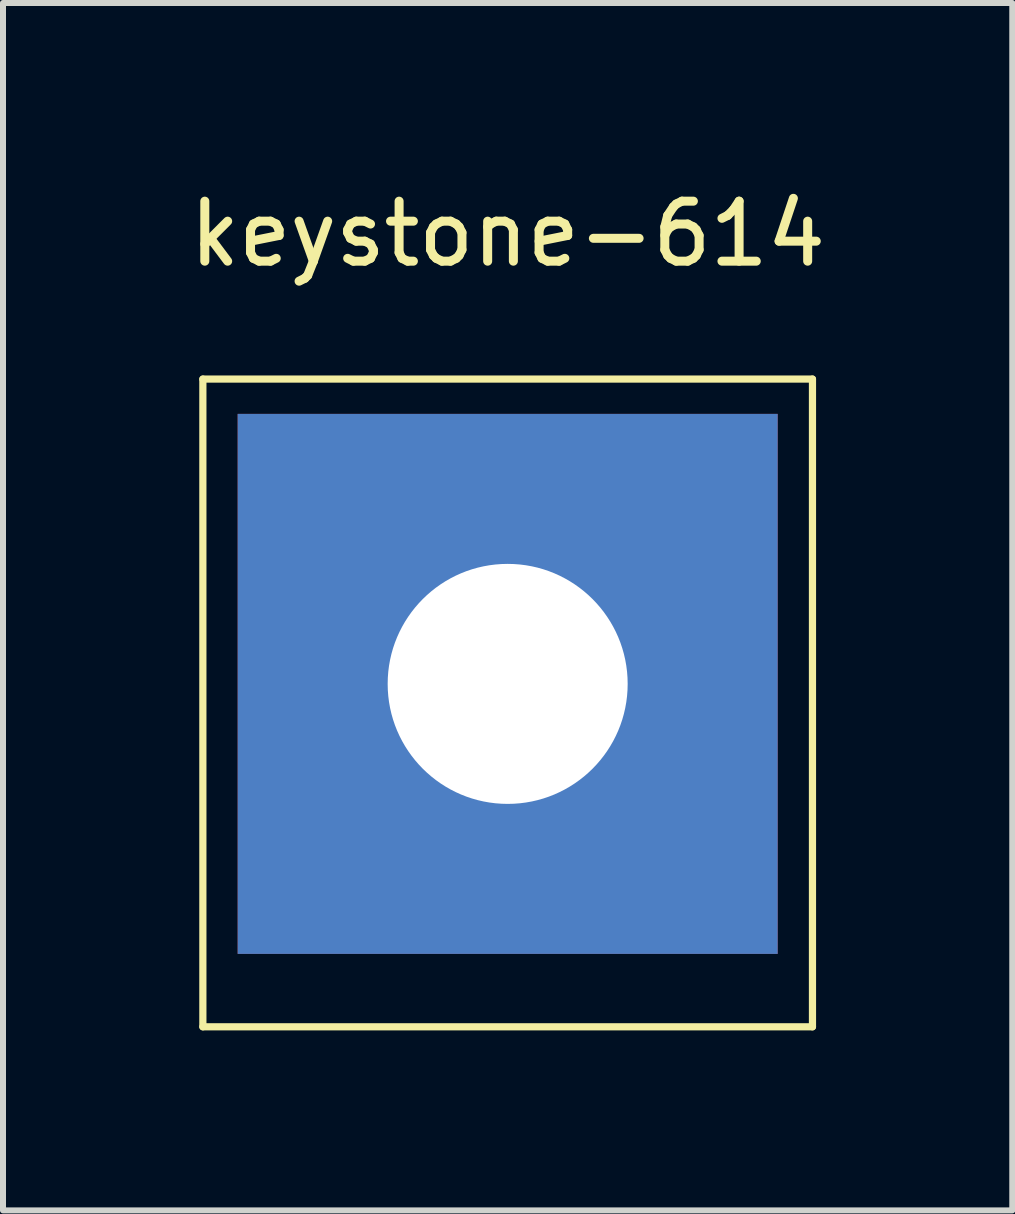
<source format=kicad_pcb>
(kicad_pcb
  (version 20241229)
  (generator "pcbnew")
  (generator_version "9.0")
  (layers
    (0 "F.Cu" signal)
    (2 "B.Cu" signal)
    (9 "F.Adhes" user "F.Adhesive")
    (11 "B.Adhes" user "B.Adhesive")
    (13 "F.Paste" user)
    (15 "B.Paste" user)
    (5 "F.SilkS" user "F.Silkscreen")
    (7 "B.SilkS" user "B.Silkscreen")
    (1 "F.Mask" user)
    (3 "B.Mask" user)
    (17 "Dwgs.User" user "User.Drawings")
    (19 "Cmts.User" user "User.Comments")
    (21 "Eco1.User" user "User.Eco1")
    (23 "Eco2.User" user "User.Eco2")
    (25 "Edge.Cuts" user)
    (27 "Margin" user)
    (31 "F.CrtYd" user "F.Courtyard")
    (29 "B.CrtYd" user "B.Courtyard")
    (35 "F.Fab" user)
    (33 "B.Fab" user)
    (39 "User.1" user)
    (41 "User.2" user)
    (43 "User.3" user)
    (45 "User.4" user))
  (footprint "keystone-614"
    (layer "F.Cu")
    (at 5.411 8.348)
    (property "Reference" "keystone-614" (at 0 -7.5 0) (unlocked yes) (layer "F.SilkS") (effects (font (size 1 1) (thickness 0.15))))
    (attr through_hole)
    (fp_line (start -5.08 -5.08) (end -5.08 5.715) (stroke (width 0.12) (type solid)) (layer "F.SilkS"))
    (fp_line (start -5.08 5.715) (end 5.08 5.715) (stroke (width 0.12) (type solid)) (layer "F.SilkS"))
    (fp_line (start 5.08 -5.08) (end -5.08 -5.08) (stroke (width 0.12) (type solid)) (layer "F.SilkS"))
    (fp_line (start 5.08 -5.08) (end 5.08 5.715) (stroke (width 0.12) (type solid)) (layer "F.SilkS"))
    (pad "1" thru_hole rect (at 0 0) (size 9 9) (drill 4) (layers "*.Cu" "*.Mask")))
  (gr_rect
    (start -3 -3)
    (end 13.821 17.123)
    (stroke (width 0.1) (type default))
    (fill no)
    (layer "Edge.Cuts")))
</source>
